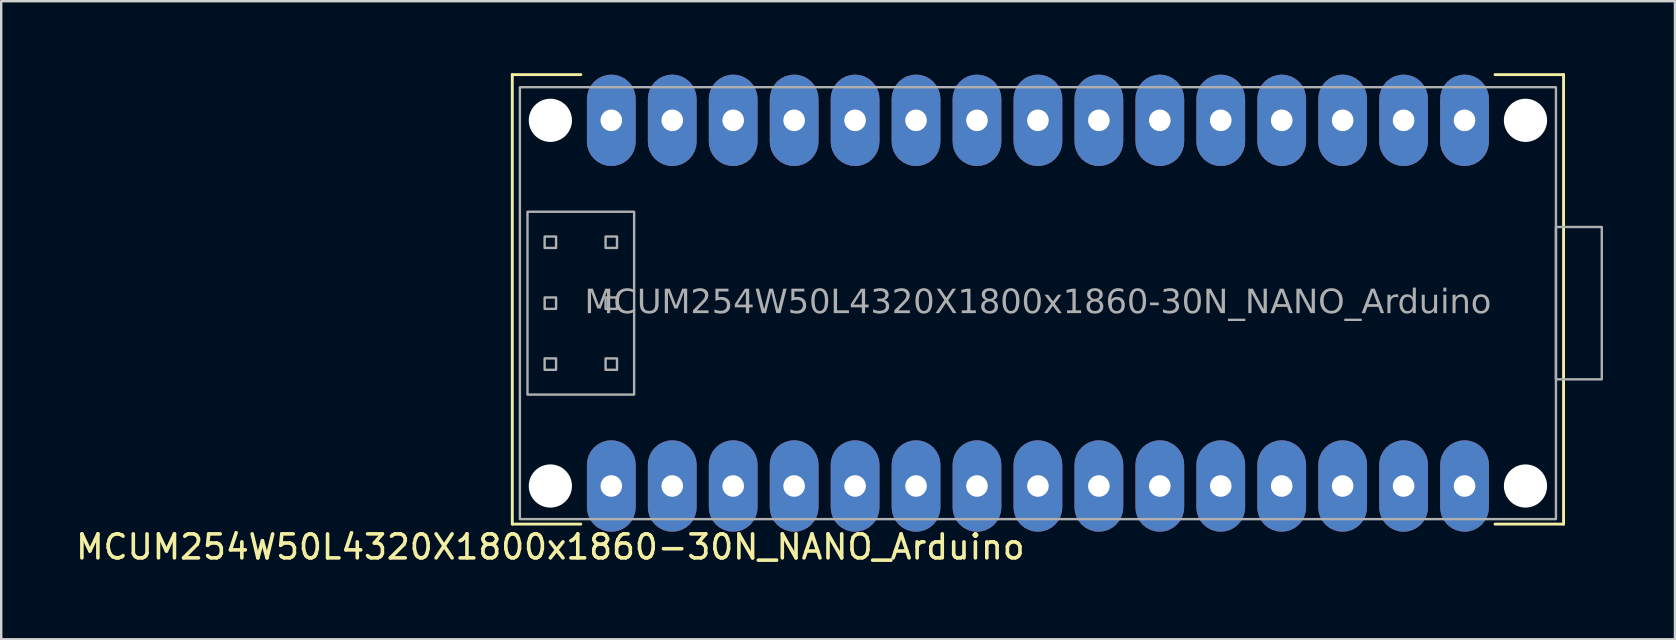
<source format=kicad_pcb>
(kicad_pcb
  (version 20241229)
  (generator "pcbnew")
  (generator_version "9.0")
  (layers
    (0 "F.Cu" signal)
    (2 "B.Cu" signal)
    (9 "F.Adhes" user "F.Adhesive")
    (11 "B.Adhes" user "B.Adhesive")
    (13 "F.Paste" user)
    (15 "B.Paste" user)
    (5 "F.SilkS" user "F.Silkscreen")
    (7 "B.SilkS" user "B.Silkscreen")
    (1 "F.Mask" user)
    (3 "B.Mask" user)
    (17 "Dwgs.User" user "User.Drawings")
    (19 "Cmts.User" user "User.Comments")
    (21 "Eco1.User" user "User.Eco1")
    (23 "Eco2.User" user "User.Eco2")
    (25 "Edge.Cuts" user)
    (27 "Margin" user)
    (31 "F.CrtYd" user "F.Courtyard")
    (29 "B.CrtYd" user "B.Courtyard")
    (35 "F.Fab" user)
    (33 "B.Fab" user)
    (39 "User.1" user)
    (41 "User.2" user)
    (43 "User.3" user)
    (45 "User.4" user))
  (footprint "MCUM254W50L4320X1800x1860-30N_NANO_Arduino"
    (layer "F.Cu")
    (at 40.207 9.585)
    (property "Reference" "MCUM254W50L4320X1800x1860-30N_NANO_Arduino" (at -20.32 10.16 0) (layer "F.SilkS") (effects (font (size 1 1) (thickness 0.15))))
    (attr through_hole allow_missing_courtyard)
    (fp_line (start -21.907 -9.525) (end -21.907 9.207) (stroke (width 0.12) (type default)) (layer "F.SilkS"))
    (fp_line (start -21.907 9.207) (end -19.05 9.207) (stroke (width 0.12) (type default)) (layer "F.SilkS"))
    (fp_line (start -19.05 -9.525) (end -21.907 -9.525) (stroke (width 0.12) (type default)) (layer "F.SilkS"))
    (fp_line (start 19.05 -9.525) (end 21.907 -9.525) (stroke (width 0.12) (type default)) (layer "F.SilkS"))
    (fp_line (start 21.907 -9.525) (end 21.907 9.207) (stroke (width 0.12) (type default)) (layer "F.SilkS"))
    (fp_line (start 21.907 9.207) (end 19.05 9.207) (stroke (width 0.12) (type default)) (layer "F.SilkS"))
    (fp_rect (start -21.59 -9) (end 21.59 9) (stroke (width 0.1) (type default)) (fill no) (layer "F.Fab"))
    (fp_rect (start -21.273 -3.81) (end -16.828 3.81) (stroke (width 0.1) (type default)) (fill no) (layer "F.Fab"))
    (fp_rect (start -20.558 -2.778) (end -20.082 -2.302) (stroke (width 0.1) (type default)) (fill no) (layer "F.Fab"))
    (fp_rect (start -20.558 -0.238) (end -20.082 0.238) (stroke (width 0.1) (type default)) (fill no) (layer "F.Fab"))
    (fp_rect (start -20.558 2.302) (end -20.082 2.778) (stroke (width 0.1) (type default)) (fill no) (layer "F.Fab"))
    (fp_rect (start -18.018 -2.778) (end -17.542 -2.302) (stroke (width 0.1) (type default)) (fill no) (layer "F.Fab"))
    (fp_rect (start -18.018 -0.238) (end -17.542 0.238) (stroke (width 0.1) (type default)) (fill no) (layer "F.Fab"))
    (fp_rect (start -18.018 2.302) (end -17.542 2.778) (stroke (width 0.1) (type default)) (fill no) (layer "F.Fab"))
    (fp_rect (start 21.59 -3.175) (end 23.5 3.175) (stroke (width 0.1) (type default)) (fill no) (layer "F.Fab"))
    (fp_text user "${REFERENCE}" (at 0 0 0) (layer "F.Fab") (effects (font (face "Tahoma") (size 1 1) (thickness 0.15))))
    (pad "" np_thru_hole circle (at -20.32 -7.62 270) (size 1.8 1.8) (drill 1.8) (layers "*.Cu" "*.Mask"))
    (pad "" np_thru_hole circle (at -20.32 7.62 270) (size 1.8 1.8) (drill 1.8) (layers "*.Cu" "*.Mask"))
    (pad "" np_thru_hole circle (at 20.32 -7.62 270) (size 1.8 1.8) (drill 1.8) (layers "*.Cu" "*.Mask"))
    (pad "" np_thru_hole circle (at 20.32 7.62 270) (size 1.8 1.8) (drill 1.8) (layers "*.Cu" "*.Mask"))
    (pad "J1-1" thru_hole roundrect (at -17.78 -7.62) (size 2.032 3.81) (drill 0.9) (layers "*.Cu" "*.Mask") (roundrect_rratio 0.5))
    (pad "J1-2" thru_hole roundrect (at -15.24 -7.62) (size 2.032 3.81) (drill 0.9) (layers "*.Cu" "*.Mask") (roundrect_rratio 0.5))
    (pad "J1-3" thru_hole roundrect (at -12.7 -7.62) (size 2.032 3.81) (drill 0.9) (layers "*.Cu" "*.Mask") (roundrect_rratio 0.5))
    (pad "J1-4" thru_hole roundrect (at -10.16 -7.62) (size 2.032 3.81) (drill 0.9) (layers "*.Cu" "*.Mask") (roundrect_rratio 0.5))
    (pad "J1-5" thru_hole roundrect (at -7.62 -7.62) (size 2.032 3.81) (drill 0.9) (layers "*.Cu" "*.Mask") (roundrect_rratio 0.5))
    (pad "J1-6" thru_hole roundrect (at -5.08 -7.62) (size 2.032 3.81) (drill 0.9) (layers "*.Cu" "*.Mask") (roundrect_rratio 0.5))
    (pad "J1-7" thru_hole roundrect (at -2.54 -7.62) (size 2.032 3.81) (drill 0.9) (layers "*.Cu" "*.Mask") (roundrect_rratio 0.5))
    (pad "J1-8" thru_hole roundrect (at 0 -7.62) (size 2.032 3.81) (drill 0.9) (layers "*.Cu" "*.Mask") (roundrect_rratio 0.5))
    (pad "J1-9" thru_hole roundrect (at 2.54 -7.62) (size 2.032 3.81) (drill 0.9) (layers "*.Cu" "*.Mask") (roundrect_rratio 0.5))
    (pad "J1-10" thru_hole roundrect (at 5.08 -7.62) (size 2.032 3.81) (drill 0.9) (layers "*.Cu" "*.Mask") (roundrect_rratio 0.5))
    (pad "J1-11" thru_hole roundrect (at 7.62 -7.62) (size 2.032 3.81) (drill 0.9) (layers "*.Cu" "*.Mask") (roundrect_rratio 0.5))
    (pad "J1-12" thru_hole roundrect (at 10.16 -7.62) (size 2.032 3.81) (drill 0.9) (layers "*.Cu" "*.Mask") (roundrect_rratio 0.5))
    (pad "J1-13" thru_hole roundrect (at 12.7 -7.62) (size 2.032 3.81) (drill 0.9) (layers "*.Cu" "*.Mask") (roundrect_rratio 0.5))
    (pad "J1-14" thru_hole roundrect (at 15.24 -7.62) (size 2.032 3.81) (drill 0.9) (layers "*.Cu" "*.Mask") (roundrect_rratio 0.5))
    (pad "J1-15" thru_hole roundrect (at 17.78 -7.62) (size 2.032 3.81) (drill 0.9) (layers "*.Cu" "*.Mask") (roundrect_rratio 0.5))
    (pad "J2-1" thru_hole roundrect (at -17.78 7.62) (size 2.032 3.81) (drill 0.9) (layers "*.Cu" "*.Mask") (roundrect_rratio 0.5))
    (pad "J2-2" thru_hole roundrect (at -15.24 7.62) (size 2.032 3.81) (drill 0.9) (layers "*.Cu" "*.Mask") (roundrect_rratio 0.5))
    (pad "J2-3" thru_hole roundrect (at -12.7 7.62) (size 2.032 3.81) (drill 0.9) (layers "*.Cu" "*.Mask") (roundrect_rratio 0.5))
    (pad "J2-4" thru_hole roundrect (at -10.16 7.62) (size 2.032 3.81) (drill 0.9) (layers "*.Cu" "*.Mask") (roundrect_rratio 0.5))
    (pad "J2-5" thru_hole roundrect (at -7.62 7.62) (size 2.032 3.81) (drill 0.9) (layers "*.Cu" "*.Mask") (roundrect_rratio 0.5))
    (pad "J2-6" thru_hole roundrect (at -5.08 7.62) (size 2.032 3.81) (drill 0.9) (layers "*.Cu" "*.Mask") (roundrect_rratio 0.5))
    (pad "J2-7" thru_hole roundrect (at -2.54 7.62) (size 2.032 3.81) (drill 0.9) (layers "*.Cu" "*.Mask") (roundrect_rratio 0.5))
    (pad "J2-8" thru_hole roundrect (at 0 7.62) (size 2.032 3.81) (drill 0.9) (layers "*.Cu" "*.Mask") (roundrect_rratio 0.5))
    (pad "J2-9" thru_hole roundrect (at 2.54 7.62) (size 2.032 3.81) (drill 0.9) (layers "*.Cu" "*.Mask") (roundrect_rratio 0.5))
    (pad "J2-10" thru_hole roundrect (at 5.08 7.62) (size 2.032 3.81) (drill 0.9) (layers "*.Cu" "*.Mask") (roundrect_rratio 0.5))
    (pad "J2-11" thru_hole roundrect (at 7.62 7.62) (size 2.032 3.81) (drill 0.9) (layers "*.Cu" "*.Mask") (roundrect_rratio 0.5))
    (pad "J2-12" thru_hole roundrect (at 10.16 7.62) (size 2.032 3.81) (drill 0.9) (layers "*.Cu" "*.Mask") (roundrect_rratio 0.5))
    (pad "J2-13" thru_hole roundrect (at 12.7 7.62) (size 2.032 3.81) (drill 0.9) (layers "*.Cu" "*.Mask") (roundrect_rratio 0.5))
    (pad "J2-14" thru_hole roundrect (at 15.24 7.62) (size 2.032 3.81) (drill 0.9) (layers "*.Cu" "*.Mask") (roundrect_rratio 0.5))
    (pad "J2-15" thru_hole roundrect (at 17.78 7.62) (size 2.032 3.81) (drill 0.9) (layers "*.Cu" "*.Mask") (roundrect_rratio 0.5)))
  (gr_rect
    (start -3 -3)
    (end 66.757 23.593)
    (stroke (width 0.1) (type default))
    (fill no)
    (layer "Edge.Cuts")))
</source>
